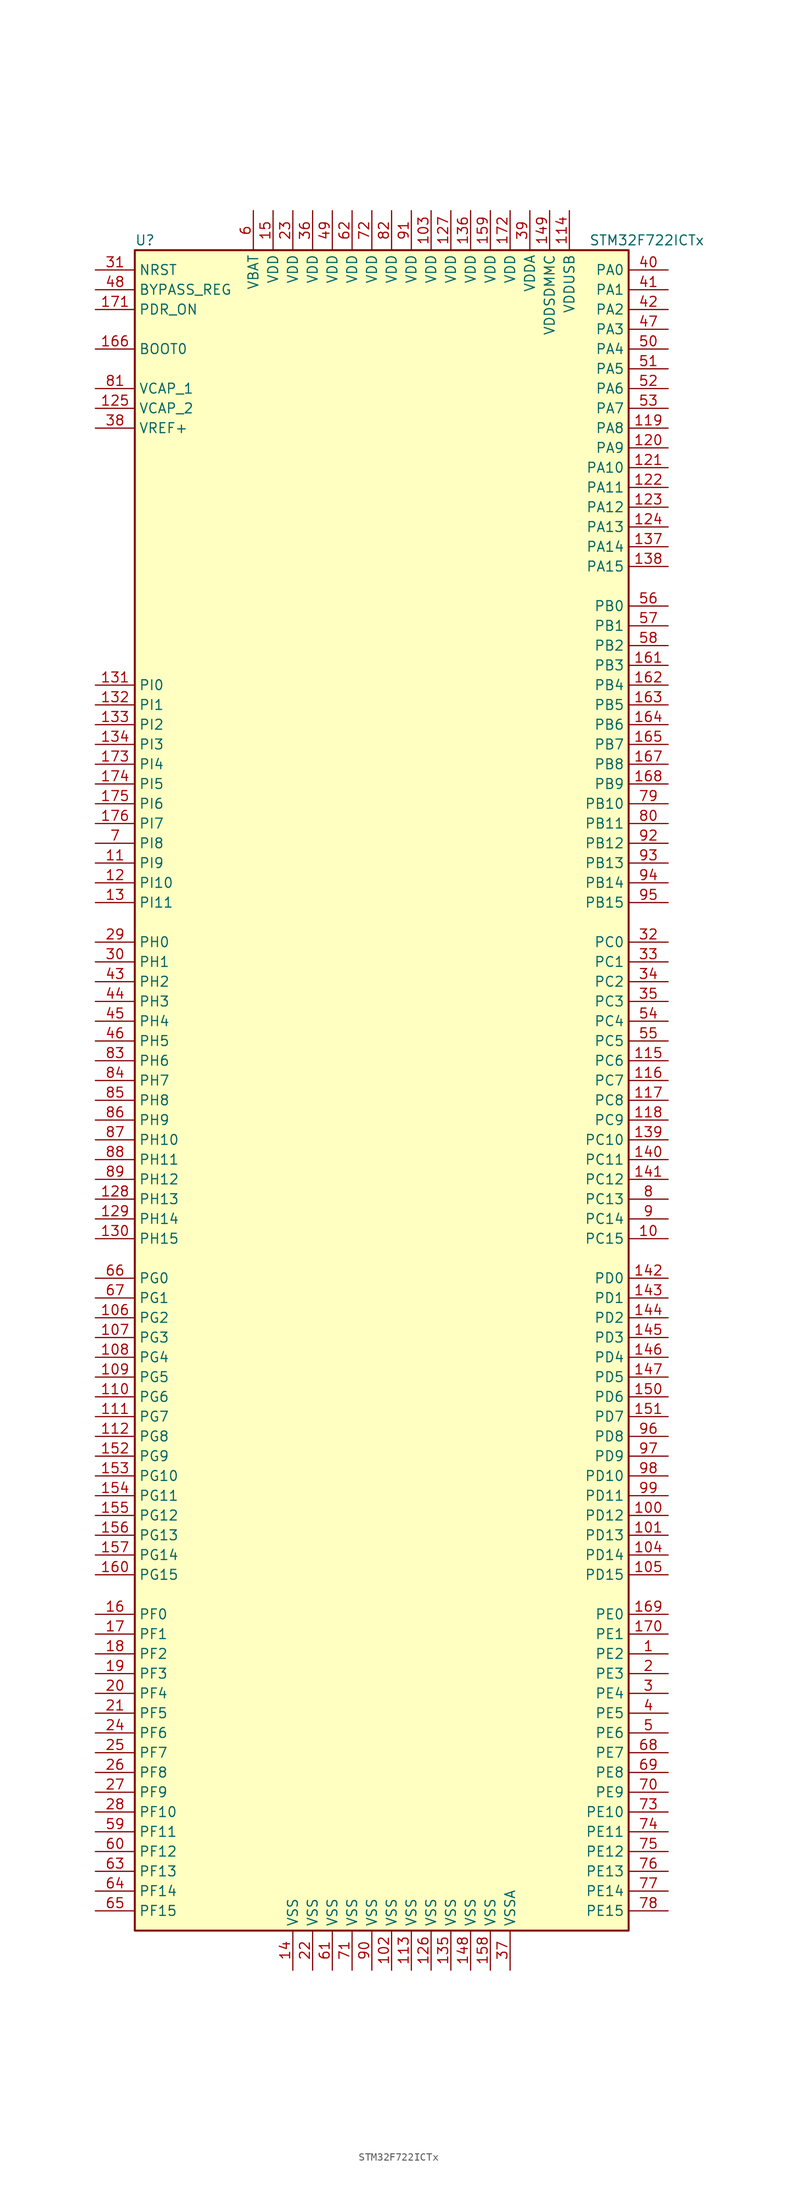
<source format=kicad_sym>
(kicad_symbol_lib
  (version 20220914)
  (generator kicad_symbol_editor)
  (symbol "STM32F722ICTx"
    (property "Reference" "U"
      (at -33.02 107.95 0)
      (effects (font (size 1.27 1.27)) (justify left)))
    (property "Value" "STM32F722ICTx"
      (at 25.4 107.95 0)
      (effects (font (size 1.27 1.27)) (justify left)))
    (symbol "STM32F722ICTx_0_1"
      (rectangle (start -33.02 -109.22) (end 30.48 106.68) (stroke (width 0.254) (type default)) (fill (type background))))
    (symbol "STM32F722ICTx_1_1"
      (pin bidirectional line (at 35.56 -73.66 180) (length 5.08) (name "PE2" (effects (font (size 1.27 1.27)))) (number "1" (effects (font (size 1.27 1.27)))))
      (pin bidirectional line (at 35.56 -20.32 180) (length 5.08) (name "PC15" (effects (font (size 1.27 1.27)))) (number "10" (effects (font (size 1.27 1.27)))))
      (pin bidirectional line (at 35.56 -55.88 180) (length 5.08) (name "PD12" (effects (font (size 1.27 1.27)))) (number "100" (effects (font (size 1.27 1.27)))))
      (pin bidirectional line (at 35.56 -58.42 180) (length 5.08) (name "PD13" (effects (font (size 1.27 1.27)))) (number "101" (effects (font (size 1.27 1.27)))))
      (pin power_in line (at 0 -114.3 90) (length 5.08) (name "VSS" (effects (font (size 1.27 1.27)))) (number "102" (effects (font (size 1.27 1.27)))))
      (pin power_in line (at 5.08 111.76 270) (length 5.08) (name "VDD" (effects (font (size 1.27 1.27)))) (number "103" (effects (font (size 1.27 1.27)))))
      (pin bidirectional line (at 35.56 -60.96 180) (length 5.08) (name "PD14" (effects (font (size 1.27 1.27)))) (number "104" (effects (font (size 1.27 1.27)))))
      (pin bidirectional line (at 35.56 -63.5 180) (length 5.08) (name "PD15" (effects (font (size 1.27 1.27)))) (number "105" (effects (font (size 1.27 1.27)))))
      (pin bidirectional line (at -38.1 -30.48 0) (length 5.08) (name "PG2" (effects (font (size 1.27 1.27)))) (number "106" (effects (font (size 1.27 1.27)))))
      (pin bidirectional line (at -38.1 -33.02 0) (length 5.08) (name "PG3" (effects (font (size 1.27 1.27)))) (number "107" (effects (font (size 1.27 1.27)))))
      (pin bidirectional line (at -38.1 -35.56 0) (length 5.08) (name "PG4" (effects (font (size 1.27 1.27)))) (number "108" (effects (font (size 1.27 1.27)))))
      (pin bidirectional line (at -38.1 -38.1 0) (length 5.08) (name "PG5" (effects (font (size 1.27 1.27)))) (number "109" (effects (font (size 1.27 1.27)))))
      (pin bidirectional line (at -38.1 27.94 0) (length 5.08) (name "PI9" (effects (font (size 1.27 1.27)))) (number "11" (effects (font (size 1.27 1.27)))))
      (pin bidirectional line (at -38.1 -40.64 0) (length 5.08) (name "PG6" (effects (font (size 1.27 1.27)))) (number "110" (effects (font (size 1.27 1.27)))))
      (pin bidirectional line (at -38.1 -43.18 0) (length 5.08) (name "PG7" (effects (font (size 1.27 1.27)))) (number "111" (effects (font (size 1.27 1.27)))))
      (pin bidirectional line (at -38.1 -45.72 0) (length 5.08) (name "PG8" (effects (font (size 1.27 1.27)))) (number "112" (effects (font (size 1.27 1.27)))))
      (pin power_in line (at 2.54 -114.3 90) (length 5.08) (name "VSS" (effects (font (size 1.27 1.27)))) (number "113" (effects (font (size 1.27 1.27)))))
      (pin power_in line (at 22.86 111.76 270) (length 5.08) (name "VDDUSB" (effects (font (size 1.27 1.27)))) (number "114" (effects (font (size 1.27 1.27)))))
      (pin bidirectional line (at 35.56 2.54 180) (length 5.08) (name "PC6" (effects (font (size 1.27 1.27)))) (number "115" (effects (font (size 1.27 1.27)))))
      (pin bidirectional line (at 35.56 0 180) (length 5.08) (name "PC7" (effects (font (size 1.27 1.27)))) (number "116" (effects (font (size 1.27 1.27)))))
      (pin bidirectional line (at 35.56 -2.54 180) (length 5.08) (name "PC8" (effects (font (size 1.27 1.27)))) (number "117" (effects (font (size 1.27 1.27)))))
      (pin bidirectional line (at 35.56 -5.08 180) (length 5.08) (name "PC9" (effects (font (size 1.27 1.27)))) (number "118" (effects (font (size 1.27 1.27)))))
      (pin bidirectional line (at 35.56 83.82 180) (length 5.08) (name "PA8" (effects (font (size 1.27 1.27)))) (number "119" (effects (font (size 1.27 1.27)))))
      (pin bidirectional line (at -38.1 25.4 0) (length 5.08) (name "PI10" (effects (font (size 1.27 1.27)))) (number "12" (effects (font (size 1.27 1.27)))))
      (pin bidirectional line (at 35.56 81.28 180) (length 5.08) (name "PA9" (effects (font (size 1.27 1.27)))) (number "120" (effects (font (size 1.27 1.27)))))
      (pin bidirectional line (at 35.56 78.74 180) (length 5.08) (name "PA10" (effects (font (size 1.27 1.27)))) (number "121" (effects (font (size 1.27 1.27)))))
      (pin bidirectional line (at 35.56 76.2 180) (length 5.08) (name "PA11" (effects (font (size 1.27 1.27)))) (number "122" (effects (font (size 1.27 1.27)))))
      (pin bidirectional line (at 35.56 73.66 180) (length 5.08) (name "PA12" (effects (font (size 1.27 1.27)))) (number "123" (effects (font (size 1.27 1.27)))))
      (pin bidirectional line (at 35.56 71.12 180) (length 5.08) (name "PA13" (effects (font (size 1.27 1.27)))) (number "124" (effects (font (size 1.27 1.27)))))
      (pin power_in line (at -38.1 86.36 0) (length 5.08) (name "VCAP_2" (effects (font (size 1.27 1.27)))) (number "125" (effects (font (size 1.27 1.27)))))
      (pin power_in line (at 5.08 -114.3 90) (length 5.08) (name "VSS" (effects (font (size 1.27 1.27)))) (number "126" (effects (font (size 1.27 1.27)))))
      (pin power_in line (at 7.62 111.76 270) (length 5.08) (name "VDD" (effects (font (size 1.27 1.27)))) (number "127" (effects (font (size 1.27 1.27)))))
      (pin bidirectional line (at -38.1 -15.24 0) (length 5.08) (name "PH13" (effects (font (size 1.27 1.27)))) (number "128" (effects (font (size 1.27 1.27)))))
      (pin bidirectional line (at -38.1 -17.78 0) (length 5.08) (name "PH14" (effects (font (size 1.27 1.27)))) (number "129" (effects (font (size 1.27 1.27)))))
      (pin bidirectional line (at -38.1 22.86 0) (length 5.08) (name "PI11" (effects (font (size 1.27 1.27)))) (number "13" (effects (font (size 1.27 1.27)))))
      (pin bidirectional line (at -38.1 -20.32 0) (length 5.08) (name "PH15" (effects (font (size 1.27 1.27)))) (number "130" (effects (font (size 1.27 1.27)))))
      (pin bidirectional line (at -38.1 50.8 0) (length 5.08) (name "PI0" (effects (font (size 1.27 1.27)))) (number "131" (effects (font (size 1.27 1.27)))))
      (pin bidirectional line (at -38.1 48.26 0) (length 5.08) (name "PI1" (effects (font (size 1.27 1.27)))) (number "132" (effects (font (size 1.27 1.27)))))
      (pin bidirectional line (at -38.1 45.72 0) (length 5.08) (name "PI2" (effects (font (size 1.27 1.27)))) (number "133" (effects (font (size 1.27 1.27)))))
      (pin bidirectional line (at -38.1 43.18 0) (length 5.08) (name "PI3" (effects (font (size 1.27 1.27)))) (number "134" (effects (font (size 1.27 1.27)))))
      (pin power_in line (at 7.62 -114.3 90) (length 5.08) (name "VSS" (effects (font (size 1.27 1.27)))) (number "135" (effects (font (size 1.27 1.27)))))
      (pin power_in line (at 10.16 111.76 270) (length 5.08) (name "VDD" (effects (font (size 1.27 1.27)))) (number "136" (effects (font (size 1.27 1.27)))))
      (pin bidirectional line (at 35.56 68.58 180) (length 5.08) (name "PA14" (effects (font (size 1.27 1.27)))) (number "137" (effects (font (size 1.27 1.27)))))
      (pin bidirectional line (at 35.56 66.04 180) (length 5.08) (name "PA15" (effects (font (size 1.27 1.27)))) (number "138" (effects (font (size 1.27 1.27)))))
      (pin bidirectional line (at 35.56 -7.62 180) (length 5.08) (name "PC10" (effects (font (size 1.27 1.27)))) (number "139" (effects (font (size 1.27 1.27)))))
      (pin power_in line (at -12.7 -114.3 90) (length 5.08) (name "VSS" (effects (font (size 1.27 1.27)))) (number "14" (effects (font (size 1.27 1.27)))))
      (pin bidirectional line (at 35.56 -10.16 180) (length 5.08) (name "PC11" (effects (font (size 1.27 1.27)))) (number "140" (effects (font (size 1.27 1.27)))))
      (pin bidirectional line (at 35.56 -12.7 180) (length 5.08) (name "PC12" (effects (font (size 1.27 1.27)))) (number "141" (effects (font (size 1.27 1.27)))))
      (pin bidirectional line (at 35.56 -25.4 180) (length 5.08) (name "PD0" (effects (font (size 1.27 1.27)))) (number "142" (effects (font (size 1.27 1.27)))))
      (pin bidirectional line (at 35.56 -27.94 180) (length 5.08) (name "PD1" (effects (font (size 1.27 1.27)))) (number "143" (effects (font (size 1.27 1.27)))))
      (pin bidirectional line (at 35.56 -30.48 180) (length 5.08) (name "PD2" (effects (font (size 1.27 1.27)))) (number "144" (effects (font (size 1.27 1.27)))))
      (pin bidirectional line (at 35.56 -33.02 180) (length 5.08) (name "PD3" (effects (font (size 1.27 1.27)))) (number "145" (effects (font (size 1.27 1.27)))))
      (pin bidirectional line (at 35.56 -35.56 180) (length 5.08) (name "PD4" (effects (font (size 1.27 1.27)))) (number "146" (effects (font (size 1.27 1.27)))))
      (pin bidirectional line (at 35.56 -38.1 180) (length 5.08) (name "PD5" (effects (font (size 1.27 1.27)))) (number "147" (effects (font (size 1.27 1.27)))))
      (pin power_in line (at 10.16 -114.3 90) (length 5.08) (name "VSS" (effects (font (size 1.27 1.27)))) (number "148" (effects (font (size 1.27 1.27)))))
      (pin power_in line (at 20.32 111.76 270) (length 5.08) (name "VDDSDMMC" (effects (font (size 1.27 1.27)))) (number "149" (effects (font (size 1.27 1.27)))))
      (pin power_in line (at -15.24 111.76 270) (length 5.08) (name "VDD" (effects (font (size 1.27 1.27)))) (number "15" (effects (font (size 1.27 1.27)))))
      (pin bidirectional line (at 35.56 -40.64 180) (length 5.08) (name "PD6" (effects (font (size 1.27 1.27)))) (number "150" (effects (font (size 1.27 1.27)))))
      (pin bidirectional line (at 35.56 -43.18 180) (length 5.08) (name "PD7" (effects (font (size 1.27 1.27)))) (number "151" (effects (font (size 1.27 1.27)))))
      (pin bidirectional line (at -38.1 -48.26 0) (length 5.08) (name "PG9" (effects (font (size 1.27 1.27)))) (number "152" (effects (font (size 1.27 1.27)))))
      (pin bidirectional line (at -38.1 -50.8 0) (length 5.08) (name "PG10" (effects (font (size 1.27 1.27)))) (number "153" (effects (font (size 1.27 1.27)))))
      (pin bidirectional line (at -38.1 -53.34 0) (length 5.08) (name "PG11" (effects (font (size 1.27 1.27)))) (number "154" (effects (font (size 1.27 1.27)))))
      (pin bidirectional line (at -38.1 -55.88 0) (length 5.08) (name "PG12" (effects (font (size 1.27 1.27)))) (number "155" (effects (font (size 1.27 1.27)))))
      (pin bidirectional line (at -38.1 -58.42 0) (length 5.08) (name "PG13" (effects (font (size 1.27 1.27)))) (number "156" (effects (font (size 1.27 1.27)))))
      (pin bidirectional line (at -38.1 -60.96 0) (length 5.08) (name "PG14" (effects (font (size 1.27 1.27)))) (number "157" (effects (font (size 1.27 1.27)))))
      (pin power_in line (at 12.7 -114.3 90) (length 5.08) (name "VSS" (effects (font (size 1.27 1.27)))) (number "158" (effects (font (size 1.27 1.27)))))
      (pin power_in line (at 12.7 111.76 270) (length 5.08) (name "VDD" (effects (font (size 1.27 1.27)))) (number "159" (effects (font (size 1.27 1.27)))))
      (pin bidirectional line (at -38.1 -68.58 0) (length 5.08) (name "PF0" (effects (font (size 1.27 1.27)))) (number "16" (effects (font (size 1.27 1.27)))))
      (pin bidirectional line (at -38.1 -63.5 0) (length 5.08) (name "PG15" (effects (font (size 1.27 1.27)))) (number "160" (effects (font (size 1.27 1.27)))))
      (pin bidirectional line (at 35.56 53.34 180) (length 5.08) (name "PB3" (effects (font (size 1.27 1.27)))) (number "161" (effects (font (size 1.27 1.27)))))
      (pin bidirectional line (at 35.56 50.8 180) (length 5.08) (name "PB4" (effects (font (size 1.27 1.27)))) (number "162" (effects (font (size 1.27 1.27)))))
      (pin bidirectional line (at 35.56 48.26 180) (length 5.08) (name "PB5" (effects (font (size 1.27 1.27)))) (number "163" (effects (font (size 1.27 1.27)))))
      (pin bidirectional line (at 35.56 45.72 180) (length 5.08) (name "PB6" (effects (font (size 1.27 1.27)))) (number "164" (effects (font (size 1.27 1.27)))))
      (pin bidirectional line (at 35.56 43.18 180) (length 5.08) (name "PB7" (effects (font (size 1.27 1.27)))) (number "165" (effects (font (size 1.27 1.27)))))
      (pin input line (at -38.1 93.98 0) (length 5.08) (name "BOOT0" (effects (font (size 1.27 1.27)))) (number "166" (effects (font (size 1.27 1.27)))))
      (pin bidirectional line (at 35.56 40.64 180) (length 5.08) (name "PB8" (effects (font (size 1.27 1.27)))) (number "167" (effects (font (size 1.27 1.27)))))
      (pin bidirectional line (at 35.56 38.1 180) (length 5.08) (name "PB9" (effects (font (size 1.27 1.27)))) (number "168" (effects (font (size 1.27 1.27)))))
      (pin bidirectional line (at 35.56 -68.58 180) (length 5.08) (name "PE0" (effects (font (size 1.27 1.27)))) (number "169" (effects (font (size 1.27 1.27)))))
      (pin bidirectional line (at -38.1 -71.12 0) (length 5.08) (name "PF1" (effects (font (size 1.27 1.27)))) (number "17" (effects (font (size 1.27 1.27)))))
      (pin bidirectional line (at 35.56 -71.12 180) (length 5.08) (name "PE1" (effects (font (size 1.27 1.27)))) (number "170" (effects (font (size 1.27 1.27)))))
      (pin input line (at -38.1 99.06 0) (length 5.08) (name "PDR_ON" (effects (font (size 1.27 1.27)))) (number "171" (effects (font (size 1.27 1.27)))))
      (pin power_in line (at 15.24 111.76 270) (length 5.08) (name "VDD" (effects (font (size 1.27 1.27)))) (number "172" (effects (font (size 1.27 1.27)))))
      (pin bidirectional line (at -38.1 40.64 0) (length 5.08) (name "PI4" (effects (font (size 1.27 1.27)))) (number "173" (effects (font (size 1.27 1.27)))))
      (pin bidirectional line (at -38.1 38.1 0) (length 5.08) (name "PI5" (effects (font (size 1.27 1.27)))) (number "174" (effects (font (size 1.27 1.27)))))
      (pin bidirectional line (at -38.1 35.56 0) (length 5.08) (name "PI6" (effects (font (size 1.27 1.27)))) (number "175" (effects (font (size 1.27 1.27)))))
      (pin bidirectional line (at -38.1 33.02 0) (length 5.08) (name "PI7" (effects (font (size 1.27 1.27)))) (number "176" (effects (font (size 1.27 1.27)))))
      (pin bidirectional line (at -38.1 -73.66 0) (length 5.08) (name "PF2" (effects (font (size 1.27 1.27)))) (number "18" (effects (font (size 1.27 1.27)))))
      (pin bidirectional line (at -38.1 -76.2 0) (length 5.08) (name "PF3" (effects (font (size 1.27 1.27)))) (number "19" (effects (font (size 1.27 1.27)))))
      (pin bidirectional line (at 35.56 -76.2 180) (length 5.08) (name "PE3" (effects (font (size 1.27 1.27)))) (number "2" (effects (font (size 1.27 1.27)))))
      (pin bidirectional line (at -38.1 -78.74 0) (length 5.08) (name "PF4" (effects (font (size 1.27 1.27)))) (number "20" (effects (font (size 1.27 1.27)))))
      (pin bidirectional line (at -38.1 -81.28 0) (length 5.08) (name "PF5" (effects (font (size 1.27 1.27)))) (number "21" (effects (font (size 1.27 1.27)))))
      (pin power_in line (at -10.16 -114.3 90) (length 5.08) (name "VSS" (effects (font (size 1.27 1.27)))) (number "22" (effects (font (size 1.27 1.27)))))
      (pin power_in line (at -12.7 111.76 270) (length 5.08) (name "VDD" (effects (font (size 1.27 1.27)))) (number "23" (effects (font (size 1.27 1.27)))))
      (pin bidirectional line (at -38.1 -83.82 0) (length 5.08) (name "PF6" (effects (font (size 1.27 1.27)))) (number "24" (effects (font (size 1.27 1.27)))))
      (pin bidirectional line (at -38.1 -86.36 0) (length 5.08) (name "PF7" (effects (font (size 1.27 1.27)))) (number "25" (effects (font (size 1.27 1.27)))))
      (pin bidirectional line (at -38.1 -88.9 0) (length 5.08) (name "PF8" (effects (font (size 1.27 1.27)))) (number "26" (effects (font (size 1.27 1.27)))))
      (pin bidirectional line (at -38.1 -91.44 0) (length 5.08) (name "PF9" (effects (font (size 1.27 1.27)))) (number "27" (effects (font (size 1.27 1.27)))))
      (pin bidirectional line (at -38.1 -93.98 0) (length 5.08) (name "PF10" (effects (font (size 1.27 1.27)))) (number "28" (effects (font (size 1.27 1.27)))))
      (pin input line (at -38.1 17.78 0) (length 5.08) (name "PH0" (effects (font (size 1.27 1.27)))) (number "29" (effects (font (size 1.27 1.27)))))
      (pin bidirectional line (at 35.56 -78.74 180) (length 5.08) (name "PE4" (effects (font (size 1.27 1.27)))) (number "3" (effects (font (size 1.27 1.27)))))
      (pin input line (at -38.1 15.24 0) (length 5.08) (name "PH1" (effects (font (size 1.27 1.27)))) (number "30" (effects (font (size 1.27 1.27)))))
      (pin input line (at -38.1 104.14 0) (length 5.08) (name "NRST" (effects (font (size 1.27 1.27)))) (number "31" (effects (font (size 1.27 1.27)))))
      (pin bidirectional line (at 35.56 17.78 180) (length 5.08) (name "PC0" (effects (font (size 1.27 1.27)))) (number "32" (effects (font (size 1.27 1.27)))))
      (pin bidirectional line (at 35.56 15.24 180) (length 5.08) (name "PC1" (effects (font (size 1.27 1.27)))) (number "33" (effects (font (size 1.27 1.27)))))
      (pin bidirectional line (at 35.56 12.7 180) (length 5.08) (name "PC2" (effects (font (size 1.27 1.27)))) (number "34" (effects (font (size 1.27 1.27)))))
      (pin bidirectional line (at 35.56 10.16 180) (length 5.08) (name "PC3" (effects (font (size 1.27 1.27)))) (number "35" (effects (font (size 1.27 1.27)))))
      (pin power_in line (at -10.16 111.76 270) (length 5.08) (name "VDD" (effects (font (size 1.27 1.27)))) (number "36" (effects (font (size 1.27 1.27)))))
      (pin power_in line (at 15.24 -114.3 90) (length 5.08) (name "VSSA" (effects (font (size 1.27 1.27)))) (number "37" (effects (font (size 1.27 1.27)))))
      (pin power_in line (at -38.1 83.82 0) (length 5.08) (name "VREF+" (effects (font (size 1.27 1.27)))) (number "38" (effects (font (size 1.27 1.27)))))
      (pin power_in line (at 17.78 111.76 270) (length 5.08) (name "VDDA" (effects (font (size 1.27 1.27)))) (number "39" (effects (font (size 1.27 1.27)))))
      (pin bidirectional line (at 35.56 -81.28 180) (length 5.08) (name "PE5" (effects (font (size 1.27 1.27)))) (number "4" (effects (font (size 1.27 1.27)))))
      (pin bidirectional line (at 35.56 104.14 180) (length 5.08) (name "PA0" (effects (font (size 1.27 1.27)))) (number "40" (effects (font (size 1.27 1.27)))))
      (pin bidirectional line (at 35.56 101.6 180) (length 5.08) (name "PA1" (effects (font (size 1.27 1.27)))) (number "41" (effects (font (size 1.27 1.27)))))
      (pin bidirectional line (at 35.56 99.06 180) (length 5.08) (name "PA2" (effects (font (size 1.27 1.27)))) (number "42" (effects (font (size 1.27 1.27)))))
      (pin bidirectional line (at -38.1 12.7 0) (length 5.08) (name "PH2" (effects (font (size 1.27 1.27)))) (number "43" (effects (font (size 1.27 1.27)))))
      (pin bidirectional line (at -38.1 10.16 0) (length 5.08) (name "PH3" (effects (font (size 1.27 1.27)))) (number "44" (effects (font (size 1.27 1.27)))))
      (pin bidirectional line (at -38.1 7.62 0) (length 5.08) (name "PH4" (effects (font (size 1.27 1.27)))) (number "45" (effects (font (size 1.27 1.27)))))
      (pin bidirectional line (at -38.1 5.08 0) (length 5.08) (name "PH5" (effects (font (size 1.27 1.27)))) (number "46" (effects (font (size 1.27 1.27)))))
      (pin bidirectional line (at 35.56 96.52 180) (length 5.08) (name "PA3" (effects (font (size 1.27 1.27)))) (number "47" (effects (font (size 1.27 1.27)))))
      (pin input line (at -38.1 101.6 0) (length 5.08) (name "BYPASS_REG" (effects (font (size 1.27 1.27)))) (number "48" (effects (font (size 1.27 1.27)))))
      (pin power_in line (at -7.62 111.76 270) (length 5.08) (name "VDD" (effects (font (size 1.27 1.27)))) (number "49" (effects (font (size 1.27 1.27)))))
      (pin bidirectional line (at 35.56 -83.82 180) (length 5.08) (name "PE6" (effects (font (size 1.27 1.27)))) (number "5" (effects (font (size 1.27 1.27)))))
      (pin bidirectional line (at 35.56 93.98 180) (length 5.08) (name "PA4" (effects (font (size 1.27 1.27)))) (number "50" (effects (font (size 1.27 1.27)))))
      (pin bidirectional line (at 35.56 91.44 180) (length 5.08) (name "PA5" (effects (font (size 1.27 1.27)))) (number "51" (effects (font (size 1.27 1.27)))))
      (pin bidirectional line (at 35.56 88.9 180) (length 5.08) (name "PA6" (effects (font (size 1.27 1.27)))) (number "52" (effects (font (size 1.27 1.27)))))
      (pin bidirectional line (at 35.56 86.36 180) (length 5.08) (name "PA7" (effects (font (size 1.27 1.27)))) (number "53" (effects (font (size 1.27 1.27)))))
      (pin bidirectional line (at 35.56 7.62 180) (length 5.08) (name "PC4" (effects (font (size 1.27 1.27)))) (number "54" (effects (font (size 1.27 1.27)))))
      (pin bidirectional line (at 35.56 5.08 180) (length 5.08) (name "PC5" (effects (font (size 1.27 1.27)))) (number "55" (effects (font (size 1.27 1.27)))))
      (pin bidirectional line (at 35.56 60.96 180) (length 5.08) (name "PB0" (effects (font (size 1.27 1.27)))) (number "56" (effects (font (size 1.27 1.27)))))
      (pin bidirectional line (at 35.56 58.42 180) (length 5.08) (name "PB1" (effects (font (size 1.27 1.27)))) (number "57" (effects (font (size 1.27 1.27)))))
      (pin bidirectional line (at 35.56 55.88 180) (length 5.08) (name "PB2" (effects (font (size 1.27 1.27)))) (number "58" (effects (font (size 1.27 1.27)))))
      (pin bidirectional line (at -38.1 -96.52 0) (length 5.08) (name "PF11" (effects (font (size 1.27 1.27)))) (number "59" (effects (font (size 1.27 1.27)))))
      (pin power_in line (at -17.78 111.76 270) (length 5.08) (name "VBAT" (effects (font (size 1.27 1.27)))) (number "6" (effects (font (size 1.27 1.27)))))
      (pin bidirectional line (at -38.1 -99.06 0) (length 5.08) (name "PF12" (effects (font (size 1.27 1.27)))) (number "60" (effects (font (size 1.27 1.27)))))
      (pin power_in line (at -7.62 -114.3 90) (length 5.08) (name "VSS" (effects (font (size 1.27 1.27)))) (number "61" (effects (font (size 1.27 1.27)))))
      (pin power_in line (at -5.08 111.76 270) (length 5.08) (name "VDD" (effects (font (size 1.27 1.27)))) (number "62" (effects (font (size 1.27 1.27)))))
      (pin bidirectional line (at -38.1 -101.6 0) (length 5.08) (name "PF13" (effects (font (size 1.27 1.27)))) (number "63" (effects (font (size 1.27 1.27)))))
      (pin bidirectional line (at -38.1 -104.14 0) (length 5.08) (name "PF14" (effects (font (size 1.27 1.27)))) (number "64" (effects (font (size 1.27 1.27)))))
      (pin bidirectional line (at -38.1 -106.68 0) (length 5.08) (name "PF15" (effects (font (size 1.27 1.27)))) (number "65" (effects (font (size 1.27 1.27)))))
      (pin bidirectional line (at -38.1 -25.4 0) (length 5.08) (name "PG0" (effects (font (size 1.27 1.27)))) (number "66" (effects (font (size 1.27 1.27)))))
      (pin bidirectional line (at -38.1 -27.94 0) (length 5.08) (name "PG1" (effects (font (size 1.27 1.27)))) (number "67" (effects (font (size 1.27 1.27)))))
      (pin bidirectional line (at 35.56 -86.36 180) (length 5.08) (name "PE7" (effects (font (size 1.27 1.27)))) (number "68" (effects (font (size 1.27 1.27)))))
      (pin bidirectional line (at 35.56 -88.9 180) (length 5.08) (name "PE8" (effects (font (size 1.27 1.27)))) (number "69" (effects (font (size 1.27 1.27)))))
      (pin bidirectional line (at -38.1 30.48 0) (length 5.08) (name "PI8" (effects (font (size 1.27 1.27)))) (number "7" (effects (font (size 1.27 1.27)))))
      (pin bidirectional line (at 35.56 -91.44 180) (length 5.08) (name "PE9" (effects (font (size 1.27 1.27)))) (number "70" (effects (font (size 1.27 1.27)))))
      (pin power_in line (at -5.08 -114.3 90) (length 5.08) (name "VSS" (effects (font (size 1.27 1.27)))) (number "71" (effects (font (size 1.27 1.27)))))
      (pin power_in line (at -2.54 111.76 270) (length 5.08) (name "VDD" (effects (font (size 1.27 1.27)))) (number "72" (effects (font (size 1.27 1.27)))))
      (pin bidirectional line (at 35.56 -93.98 180) (length 5.08) (name "PE10" (effects (font (size 1.27 1.27)))) (number "73" (effects (font (size 1.27 1.27)))))
      (pin bidirectional line (at 35.56 -96.52 180) (length 5.08) (name "PE11" (effects (font (size 1.27 1.27)))) (number "74" (effects (font (size 1.27 1.27)))))
      (pin bidirectional line (at 35.56 -99.06 180) (length 5.08) (name "PE12" (effects (font (size 1.27 1.27)))) (number "75" (effects (font (size 1.27 1.27)))))
      (pin bidirectional line (at 35.56 -101.6 180) (length 5.08) (name "PE13" (effects (font (size 1.27 1.27)))) (number "76" (effects (font (size 1.27 1.27)))))
      (pin bidirectional line (at 35.56 -104.14 180) (length 5.08) (name "PE14" (effects (font (size 1.27 1.27)))) (number "77" (effects (font (size 1.27 1.27)))))
      (pin bidirectional line (at 35.56 -106.68 180) (length 5.08) (name "PE15" (effects (font (size 1.27 1.27)))) (number "78" (effects (font (size 1.27 1.27)))))
      (pin bidirectional line (at 35.56 35.56 180) (length 5.08) (name "PB10" (effects (font (size 1.27 1.27)))) (number "79" (effects (font (size 1.27 1.27)))))
      (pin bidirectional line (at 35.56 -15.24 180) (length 5.08) (name "PC13" (effects (font (size 1.27 1.27)))) (number "8" (effects (font (size 1.27 1.27)))))
      (pin bidirectional line (at 35.56 33.02 180) (length 5.08) (name "PB11" (effects (font (size 1.27 1.27)))) (number "80" (effects (font (size 1.27 1.27)))))
      (pin power_in line (at -38.1 88.9 0) (length 5.08) (name "VCAP_1" (effects (font (size 1.27 1.27)))) (number "81" (effects (font (size 1.27 1.27)))))
      (pin power_in line (at 0 111.76 270) (length 5.08) (name "VDD" (effects (font (size 1.27 1.27)))) (number "82" (effects (font (size 1.27 1.27)))))
      (pin bidirectional line (at -38.1 2.54 0) (length 5.08) (name "PH6" (effects (font (size 1.27 1.27)))) (number "83" (effects (font (size 1.27 1.27)))))
      (pin bidirectional line (at -38.1 0 0) (length 5.08) (name "PH7" (effects (font (size 1.27 1.27)))) (number "84" (effects (font (size 1.27 1.27)))))
      (pin bidirectional line (at -38.1 -2.54 0) (length 5.08) (name "PH8" (effects (font (size 1.27 1.27)))) (number "85" (effects (font (size 1.27 1.27)))))
      (pin bidirectional line (at -38.1 -5.08 0) (length 5.08) (name "PH9" (effects (font (size 1.27 1.27)))) (number "86" (effects (font (size 1.27 1.27)))))
      (pin bidirectional line (at -38.1 -7.62 0) (length 5.08) (name "PH10" (effects (font (size 1.27 1.27)))) (number "87" (effects (font (size 1.27 1.27)))))
      (pin bidirectional line (at -38.1 -10.16 0) (length 5.08) (name "PH11" (effects (font (size 1.27 1.27)))) (number "88" (effects (font (size 1.27 1.27)))))
      (pin bidirectional line (at -38.1 -12.7 0) (length 5.08) (name "PH12" (effects (font (size 1.27 1.27)))) (number "89" (effects (font (size 1.27 1.27)))))
      (pin bidirectional line (at 35.56 -17.78 180) (length 5.08) (name "PC14" (effects (font (size 1.27 1.27)))) (number "9" (effects (font (size 1.27 1.27)))))
      (pin power_in line (at -2.54 -114.3 90) (length 5.08) (name "VSS" (effects (font (size 1.27 1.27)))) (number "90" (effects (font (size 1.27 1.27)))))
      (pin power_in line (at 2.54 111.76 270) (length 5.08) (name "VDD" (effects (font (size 1.27 1.27)))) (number "91" (effects (font (size 1.27 1.27)))))
      (pin bidirectional line (at 35.56 30.48 180) (length 5.08) (name "PB12" (effects (font (size 1.27 1.27)))) (number "92" (effects (font (size 1.27 1.27)))))
      (pin bidirectional line (at 35.56 27.94 180) (length 5.08) (name "PB13" (effects (font (size 1.27 1.27)))) (number "93" (effects (font (size 1.27 1.27)))))
      (pin bidirectional line (at 35.56 25.4 180) (length 5.08) (name "PB14" (effects (font (size 1.27 1.27)))) (number "94" (effects (font (size 1.27 1.27)))))
      (pin bidirectional line (at 35.56 22.86 180) (length 5.08) (name "PB15" (effects (font (size 1.27 1.27)))) (number "95" (effects (font (size 1.27 1.27)))))
      (pin bidirectional line (at 35.56 -45.72 180) (length 5.08) (name "PD8" (effects (font (size 1.27 1.27)))) (number "96" (effects (font (size 1.27 1.27)))))
      (pin bidirectional line (at 35.56 -48.26 180) (length 5.08) (name "PD9" (effects (font (size 1.27 1.27)))) (number "97" (effects (font (size 1.27 1.27)))))
      (pin bidirectional line (at 35.56 -50.8 180) (length 5.08) (name "PD10" (effects (font (size 1.27 1.27)))) (number "98" (effects (font (size 1.27 1.27)))))
      (pin bidirectional line (at 35.56 -53.34 180) (length 5.08) (name "PD11" (effects (font (size 1.27 1.27)))) (number "99" (effects (font (size 1.27 1.27))))))))
</source>
